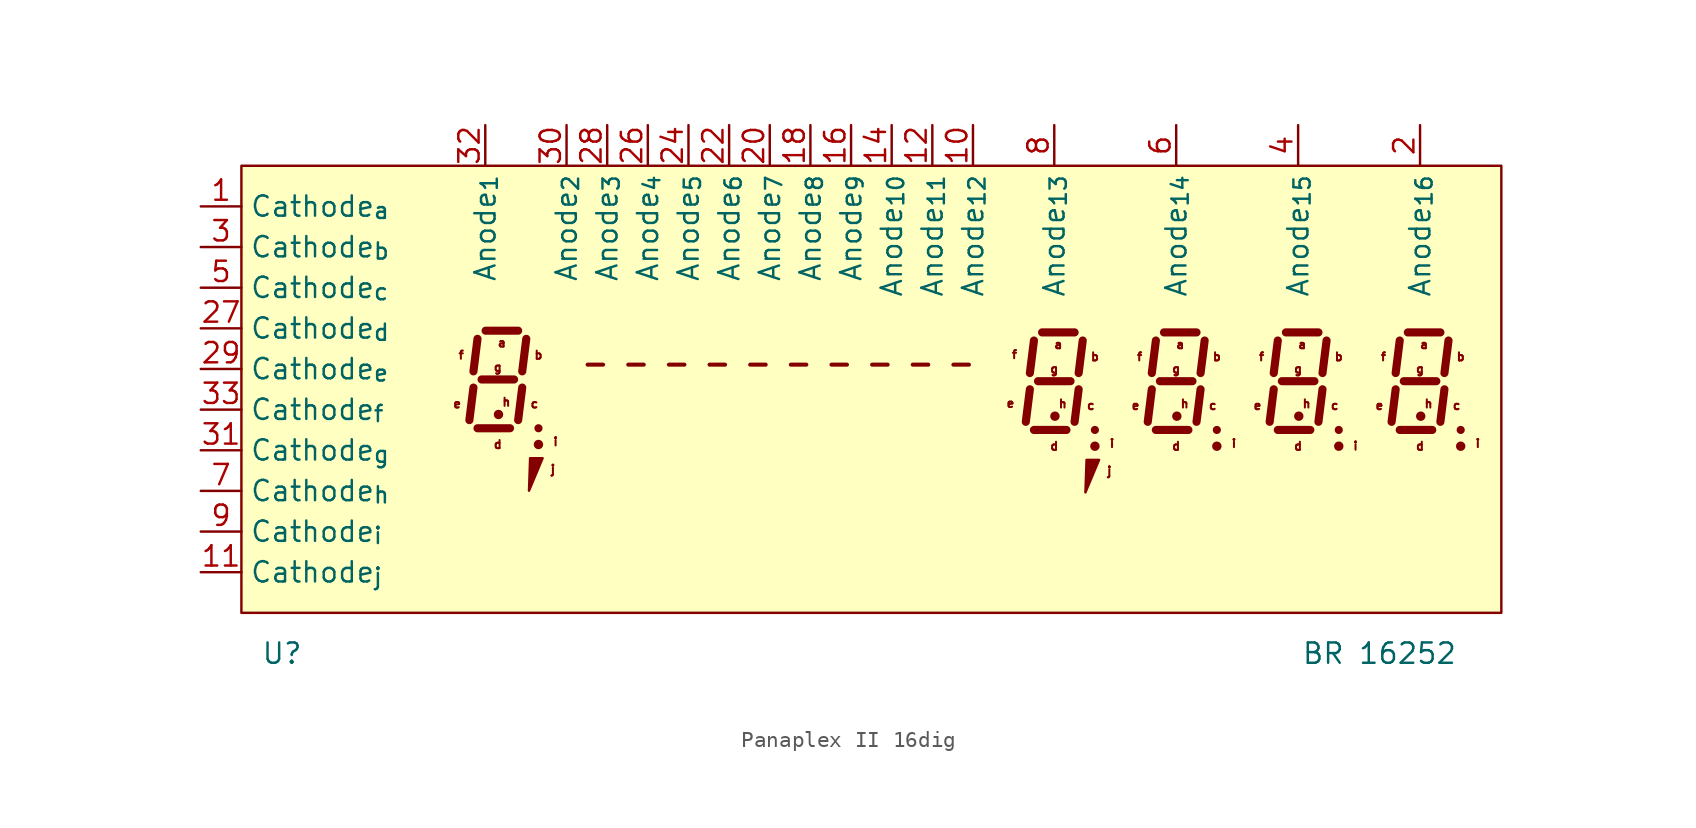
<source format=kicad_sym>
(kicad_symbol_lib
  (version 20241209)
  (generator "kicad_symbol_editor")
  (generator_version "9.0")
  (symbol "Panaplex II 16dig"
    (property "Reference" "U"
      (at -38.1 -30.48 0)
      (effects (font (size 1.27 1.27))))
    (property "Value" "BR 16252"
      (at 30.48 -30.48 0)
      (effects (font (size 1.27 1.27))))
    (symbol "Panaplex II 16dig_0_1"
      (polyline (pts (xy -26.139 -13.864) (xy -26.393 -15.896)) (stroke (width 0.508) (type default)) (fill (type none)))
      (polyline (pts (xy -25.885 -10.816) (xy -26.139 -12.848)) (stroke (width 0.508) (type default)) (fill (type none)))
      (polyline (pts (xy -25.885 -16.404) (xy -23.853 -16.404)) (stroke (width 0.508) (type default)) (fill (type none)))
      (polyline (pts (xy -25.631 -13.356) (xy -23.599 -13.356)) (stroke (width 0.508) (type default)) (fill (type none)))
      (polyline (pts (xy -25.377 -10.308) (xy -23.345 -10.308)) (stroke (width 0.508) (type default)) (fill (type none)))
      (polyline (pts (xy -23.091 -13.864) (xy -23.345 -15.896)) (stroke (width 0.508) (type default)) (fill (type none)))
      (polyline (pts (xy -22.837 -10.816) (xy -23.091 -12.848)) (stroke (width 0.508) (type default)) (fill (type none)))
      (polyline (pts (xy -22.075 -16.404) (xy -22.075 -16.404)) (stroke (width 0.508) (type default)) (fill (type none)))
      (polyline (pts (xy 8.636 -13.97) (xy 8.382 -16.002)) (stroke (width 0.508) (type default)) (fill (type none)))
      (polyline (pts (xy 8.89 -10.922) (xy 8.636 -12.954)) (stroke (width 0.508) (type default)) (fill (type none)))
      (polyline (pts (xy 8.89 -16.51) (xy 10.922 -16.51)) (stroke (width 0.508) (type default)) (fill (type none)))
      (polyline (pts (xy 9.144 -13.462) (xy 11.176 -13.462)) (stroke (width 0.508) (type default)) (fill (type none)))
      (polyline (pts (xy 9.398 -10.414) (xy 11.43 -10.414)) (stroke (width 0.508) (type default)) (fill (type none)))
      (polyline (pts (xy 11.684 -13.97) (xy 11.43 -16.002)) (stroke (width 0.508) (type default)) (fill (type none)))
      (polyline (pts (xy 11.938 -10.922) (xy 11.684 -12.954)) (stroke (width 0.508) (type default)) (fill (type none)))
      (polyline (pts (xy 12.7 -16.51) (xy 12.7 -16.51)) (stroke (width 0.508) (type default)) (fill (type none)))
      (polyline (pts (xy 16.256 -13.97) (xy 16.002 -16.002)) (stroke (width 0.508) (type default)) (fill (type none)))
      (polyline (pts (xy 16.51 -10.922) (xy 16.256 -12.954)) (stroke (width 0.508) (type default)) (fill (type none)))
      (polyline (pts (xy 16.51 -16.51) (xy 18.542 -16.51)) (stroke (width 0.508) (type default)) (fill (type none)))
      (polyline (pts (xy 16.764 -13.462) (xy 18.796 -13.462)) (stroke (width 0.508) (type default)) (fill (type none)))
      (polyline (pts (xy 17.018 -10.414) (xy 19.05 -10.414)) (stroke (width 0.508) (type default)) (fill (type none)))
      (polyline (pts (xy 19.304 -13.97) (xy 19.05 -16.002)) (stroke (width 0.508) (type default)) (fill (type none)))
      (polyline (pts (xy 19.558 -10.922) (xy 19.304 -12.954)) (stroke (width 0.508) (type default)) (fill (type none)))
      (polyline (pts (xy 20.32 -16.51) (xy 20.32 -16.51)) (stroke (width 0.508) (type default)) (fill (type none)))
      (polyline (pts (xy 23.876 -13.97) (xy 23.622 -16.002)) (stroke (width 0.508) (type default)) (fill (type none)))
      (polyline (pts (xy 24.13 -10.922) (xy 23.876 -12.954)) (stroke (width 0.508) (type default)) (fill (type none)))
      (polyline (pts (xy 24.13 -16.51) (xy 26.162 -16.51)) (stroke (width 0.508) (type default)) (fill (type none)))
      (polyline (pts (xy 24.384 -13.462) (xy 26.416 -13.462)) (stroke (width 0.508) (type default)) (fill (type none)))
      (polyline (pts (xy 24.638 -10.414) (xy 26.67 -10.414)) (stroke (width 0.508) (type default)) (fill (type none)))
      (polyline (pts (xy 26.924 -13.97) (xy 26.67 -16.002)) (stroke (width 0.508) (type default)) (fill (type none)))
      (polyline (pts (xy 27.178 -10.922) (xy 26.924 -12.954)) (stroke (width 0.508) (type default)) (fill (type none)))
      (polyline (pts (xy 27.94 -16.51) (xy 27.94 -16.51)) (stroke (width 0.508) (type default)) (fill (type none)))
      (polyline (pts (xy 31.496 -13.97) (xy 31.242 -16.002)) (stroke (width 0.508) (type default)) (fill (type none)))
      (polyline (pts (xy 31.75 -10.922) (xy 31.496 -12.954)) (stroke (width 0.508) (type default)) (fill (type none)))
      (polyline (pts (xy 31.75 -16.51) (xy 33.782 -16.51)) (stroke (width 0.508) (type default)) (fill (type none)))
      (polyline (pts (xy 32.004 -13.462) (xy 34.036 -13.462)) (stroke (width 0.508) (type default)) (fill (type none)))
      (polyline (pts (xy 32.258 -10.414) (xy 34.29 -10.414)) (stroke (width 0.508) (type default)) (fill (type none)))
      (polyline (pts (xy 34.544 -13.97) (xy 34.29 -16.002)) (stroke (width 0.508) (type default)) (fill (type none)))
      (polyline (pts (xy 34.798 -10.922) (xy 34.544 -12.954)) (stroke (width 0.508) (type default)) (fill (type none)))
      (polyline (pts (xy 35.56 -16.51) (xy 35.56 -16.51)) (stroke (width 0.508) (type default)) (fill (type none))))
    (symbol "Panaplex II 16dig_1_1"
      (rectangle (start -40.64 0) (end 38.1 -27.94) (stroke (width 0) (type solid)) (fill (type color) (color 255 255 194 1)))
      (circle (center -24.573 -15.544) (radius 0.22) (stroke (width 0) (type solid)) (fill (type outline)))
      (polyline (pts (xy -22.598 -18.275) (xy -21.816 -18.275) (xy -22.667 -20.308) (xy -22.597 -18.275)) (stroke (width 0) (type solid)) (fill (type outline)))
      (circle (center -22.075 -17.42) (radius 0.22) (stroke (width 0) (type solid)) (fill (type outline)))
      (circle (center 10.202 -15.65) (radius 0.22) (stroke (width 0) (type solid)) (fill (type outline)))
      (polyline (pts (xy 12.177 -18.382) (xy 12.959 -18.382) (xy 12.107 -20.414) (xy 12.178 -18.382)) (stroke (width 0) (type solid)) (fill (type outline)))
      (circle (center 12.7 -17.526) (radius 0.22) (stroke (width 0) (type solid)) (fill (type outline)))
      (circle (center 17.822 -15.65) (radius 0.22) (stroke (width 0) (type solid)) (fill (type outline)))
      (circle (center 20.32 -17.526) (radius 0.22) (stroke (width 0) (type solid)) (fill (type outline)))
      (circle (center 25.442 -15.65) (radius 0.22) (stroke (width 0) (type solid)) (fill (type outline)))
      (circle (center 27.94 -17.526) (radius 0.22) (stroke (width 0) (type solid)) (fill (type outline)))
      (circle (center 33.062 -15.65) (radius 0.22) (stroke (width 0) (type solid)) (fill (type outline)))
      (circle (center 35.56 -17.526) (radius 0.22) (stroke (width 0) (type solid)) (fill (type outline)))
      (text "e" (at -27.155 -14.88 0) (effects (font (size 0.508 0.508))))
      (text "f" (at -26.901 -11.832 0) (effects (font (size 0.508 0.508))))
      (text "g" (at -24.615 -12.594 0) (effects (font (size 0.508 0.508))))
      (text "d" (at -24.615 -17.42 0) (effects (font (size 0.508 0.508))))
      (text "a" (at -24.361 -11.07 0) (effects (font (size 0.508 0.508))))
      (text "h" (at -24.083 -14.774 0) (effects (font (size 0.508 0.508))))
      (text "c" (at -22.329 -14.88 0) (effects (font (size 0.508 0.508))))
      (text "b" (at -22.075 -11.832 0) (effects (font (size 0.508 0.508))))
      (text "j" (at -21.172 -18.964 0) (effects (font (size 0.508 0.508))))
      (text "i" (at -21.005 -17.249 0) (effects (font (size 0.508 0.508))))
      (text "- - - - - - - - - -" (at -7.089 -12.34 0) (effects (font (size 1.27 1.27) (thickness 0.254) (bold yes))))
      (text "e" (at 7.423 -14.848 0) (effects (font (size 0.508 0.508))))
      (text "f" (at 7.677 -11.8 0) (effects (font (size 0.508 0.508))))
      (text "g" (at 10.16 -12.7 0) (effects (font (size 0.508 0.508))))
      (text "d" (at 10.16 -17.526 0) (effects (font (size 0.508 0.508))))
      (text "a" (at 10.414 -11.176 0) (effects (font (size 0.508 0.508))))
      (text "h" (at 10.691 -14.88 0) (effects (font (size 0.508 0.508))))
      (text "c" (at 12.446 -14.986 0) (effects (font (size 0.508 0.508))))
      (text "b" (at 12.7 -11.938 0) (effects (font (size 0.508 0.508))))
      (text "j" (at 13.602 -19.071 0) (effects (font (size 0.508 0.508))))
      (text "i" (at 13.77 -17.356 0) (effects (font (size 0.508 0.508))))
      (text "e" (at 15.24 -14.986 0) (effects (font (size 0.508 0.508))))
      (text "f" (at 15.494 -11.938 0) (effects (font (size 0.508 0.508))))
      (text "g" (at 17.78 -12.7 0) (effects (font (size 0.508 0.508))))
      (text "d" (at 17.78 -17.526 0) (effects (font (size 0.508 0.508))))
      (text "a" (at 18.034 -11.176 0) (effects (font (size 0.508 0.508))))
      (text "h" (at 18.311 -14.88 0) (effects (font (size 0.508 0.508))))
      (text "c" (at 20.066 -14.986 0) (effects (font (size 0.508 0.508))))
      (text "b" (at 20.32 -11.938 0) (effects (font (size 0.508 0.508))))
      (text "i" (at 21.39 -17.356 0) (effects (font (size 0.508 0.508))))
      (text "e" (at 22.86 -14.986 0) (effects (font (size 0.508 0.508))))
      (text "f" (at 23.114 -11.938 0) (effects (font (size 0.508 0.508))))
      (text "g" (at 25.4 -12.7 0) (effects (font (size 0.508 0.508))))
      (text "d" (at 25.4 -17.526 0) (effects (font (size 0.508 0.508))))
      (text "a" (at 25.654 -11.176 0) (effects (font (size 0.508 0.508))))
      (text "h" (at 25.931 -14.88 0) (effects (font (size 0.508 0.508))))
      (text "c" (at 27.686 -14.986 0) (effects (font (size 0.508 0.508))))
      (text "b" (at 27.94 -11.938 0) (effects (font (size 0.508 0.508))))
      (text "i" (at 28.988 -17.513 0) (effects (font (size 0.508 0.508))))
      (text "e" (at 30.48 -14.986 0) (effects (font (size 0.508 0.508))))
      (text "f" (at 30.734 -11.938 0) (effects (font (size 0.508 0.508))))
      (text "g" (at 33.02 -12.7 0) (effects (font (size 0.508 0.508))))
      (text "d" (at 33.02 -17.526 0) (effects (font (size 0.508 0.508))))
      (text "a" (at 33.274 -11.176 0) (effects (font (size 0.508 0.508))))
      (text "h" (at 33.551 -14.88 0) (effects (font (size 0.508 0.508))))
      (text "c" (at 35.306 -14.986 0) (effects (font (size 0.508 0.508))))
      (text "b" (at 35.56 -11.938 0) (effects (font (size 0.508 0.508))))
      (text "i" (at 36.63 -17.356 0) (effects (font (size 0.508 0.508))))
      (pin input line (at -43.18 -2.54 0) (length 2.54) (name "Cathode_{a}" (effects (font (size 1.27 1.27)))) (number "1" (effects (font (size 1.27 1.27)))))
      (pin input line (at -43.18 -5.08 0) (length 2.54) (name "Cathode_{b}" (effects (font (size 1.27 1.27)))) (number "3" (effects (font (size 1.27 1.27)))))
      (pin input line (at -43.18 -7.62 0) (length 2.54) (name "Cathode_{c}" (effects (font (size 1.27 1.27)))) (number "5" (effects (font (size 1.27 1.27)))))
      (pin input line (at -43.18 -10.16 0) (length 2.54) (name "Cathode_{d}" (effects (font (size 1.27 1.27)))) (number "27" (effects (font (size 1.27 1.27)))))
      (pin input line (at -43.18 -12.7 0) (length 2.54) (name "Cathode_{e}" (effects (font (size 1.27 1.27)))) (number "29" (effects (font (size 1.27 1.27)))))
      (pin input line (at -43.18 -15.24 0) (length 2.54) (name "Cathode_{f}" (effects (font (size 1.27 1.27)))) (number "33" (effects (font (size 1.27 1.27)))))
      (pin input line (at -43.18 -17.78 0) (length 2.54) (name "Cathode_{g}" (effects (font (size 1.27 1.27)))) (number "31" (effects (font (size 1.27 1.27)))))
      (pin input line (at -43.18 -20.32 0) (length 2.54) (name "Cathode_{h}" (effects (font (size 1.27 1.27)))) (number "7" (effects (font (size 1.27 1.27)))))
      (pin input line (at -43.18 -22.86 0) (length 2.54) (name "Cathode_{i}" (effects (font (size 1.27 1.27)))) (number "9" (effects (font (size 1.27 1.27)))))
      (pin input line (at -43.18 -25.4 0) (length 2.54) (name "Cathode_{j}" (effects (font (size 1.27 1.27)))) (number "11" (effects (font (size 1.27 1.27)))))
      (pin input line (at -25.4 2.54 270) (length 2.54) (name "Anode_{1}" (effects (font (size 1.27 1.27)))) (number "32" (effects (font (size 1.27 1.27)))))
      (pin input line (at -20.32 2.54 270) (length 2.54) (name "Anode_{2}" (effects (font (size 1.27 1.27)))) (number "30" (effects (font (size 1.27 1.27)))))
      (pin input line (at -17.78 2.54 270) (length 2.54) (name "Anode_{3}" (effects (font (size 1.27 1.27)))) (number "28" (effects (font (size 1.27 1.27)))))
      (pin input line (at -15.24 2.54 270) (length 2.54) (name "Anode_{4}" (effects (font (size 1.27 1.27)))) (number "26" (effects (font (size 1.27 1.27)))))
      (pin input line (at -12.7 2.54 270) (length 2.54) (name "Anode_{5}" (effects (font (size 1.27 1.27)))) (number "24" (effects (font (size 1.27 1.27)))))
      (pin input line (at -10.16 2.54 270) (length 2.54) (name "Anode_{6}" (effects (font (size 1.27 1.27)))) (number "22" (effects (font (size 1.27 1.27)))))
      (pin input line (at -7.62 2.54 270) (length 2.54) (name "Anode_{7}" (effects (font (size 1.27 1.27)))) (number "20" (effects (font (size 1.27 1.27)))))
      (pin input line (at -5.08 2.54 270) (length 2.54) (name "Anode_{8}" (effects (font (size 1.27 1.27)))) (number "18" (effects (font (size 1.27 1.27)))))
      (pin input line (at -2.54 2.54 270) (length 2.54) (name "Anode_{9}" (effects (font (size 1.27 1.27)))) (number "16" (effects (font (size 1.27 1.27)))))
      (pin input line (at 0 2.54 270) (length 2.54) (name "Anode_{10}" (effects (font (size 1.27 1.27)))) (number "14" (effects (font (size 1.27 1.27)))))
      (pin input line (at 2.54 2.54 270) (length 2.54) (name "Anode_{11}" (effects (font (size 1.27 1.27)))) (number "12" (effects (font (size 1.27 1.27)))))
      (pin input line (at 5.08 2.54 270) (length 2.54) (name "Anode_{12}" (effects (font (size 1.27 1.27)))) (number "10" (effects (font (size 1.27 1.27)))))
      (pin input line (at 10.16 2.54 270) (length 2.54) (name "Anode_{13}" (effects (font (size 1.27 1.27)))) (number "8" (effects (font (size 1.27 1.27)))))
      (pin input line (at 17.78 2.54 270) (length 2.54) (name "Anode_{14}" (effects (font (size 1.27 1.27)))) (number "6" (effects (font (size 1.27 1.27)))))
      (pin input line (at 25.4 2.54 270) (length 2.54) (name "Anode_{15}" (effects (font (size 1.27 1.27)))) (number "4" (effects (font (size 1.27 1.27)))))
      (pin input line (at 33.02 2.54 270) (length 2.54) (name "Anode_{16}" (effects (font (size 1.27 1.27)))) (number "2" (effects (font (size 1.27 1.27))))))))
</source>
